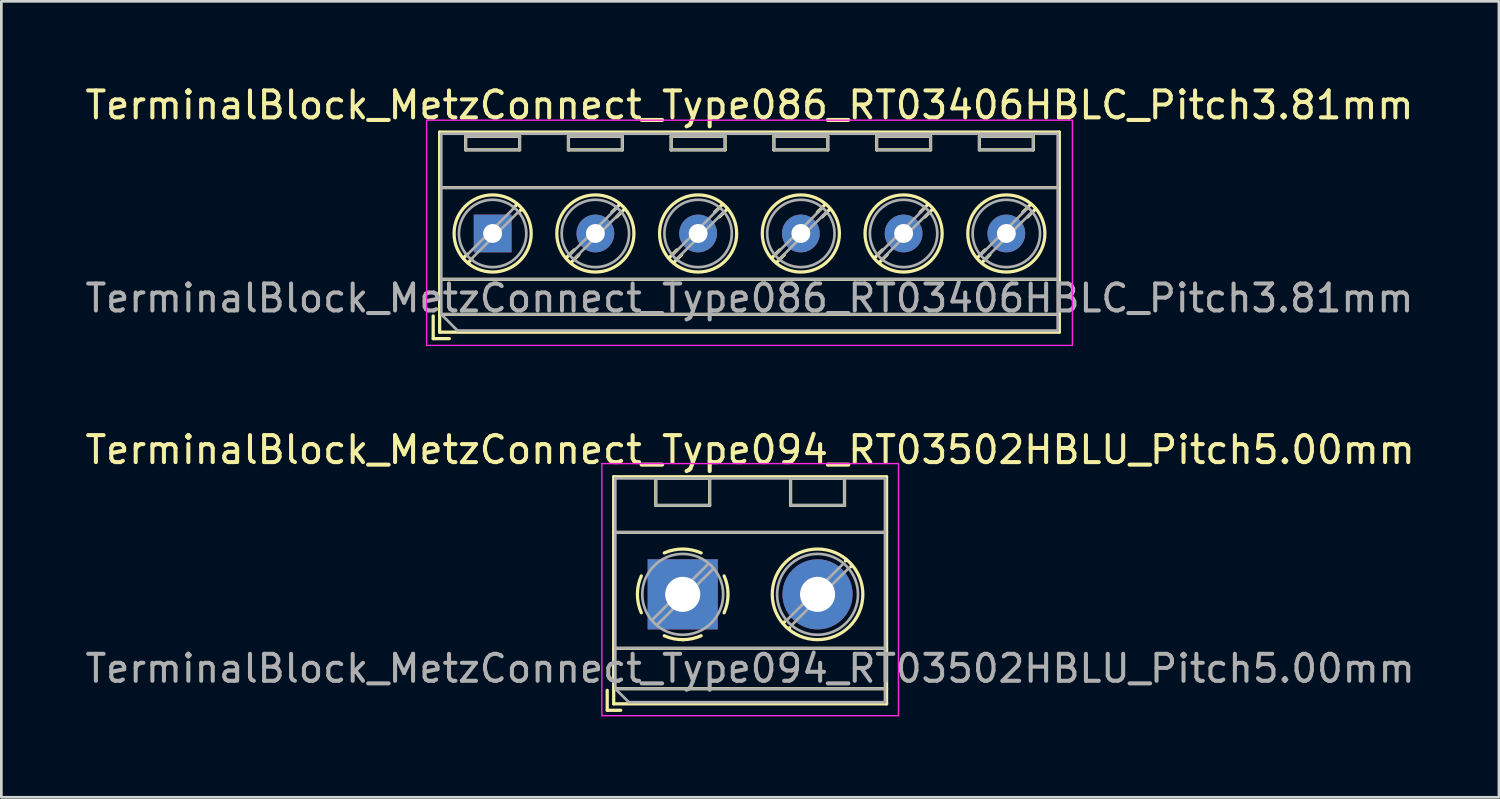
<source format=kicad_pcb>
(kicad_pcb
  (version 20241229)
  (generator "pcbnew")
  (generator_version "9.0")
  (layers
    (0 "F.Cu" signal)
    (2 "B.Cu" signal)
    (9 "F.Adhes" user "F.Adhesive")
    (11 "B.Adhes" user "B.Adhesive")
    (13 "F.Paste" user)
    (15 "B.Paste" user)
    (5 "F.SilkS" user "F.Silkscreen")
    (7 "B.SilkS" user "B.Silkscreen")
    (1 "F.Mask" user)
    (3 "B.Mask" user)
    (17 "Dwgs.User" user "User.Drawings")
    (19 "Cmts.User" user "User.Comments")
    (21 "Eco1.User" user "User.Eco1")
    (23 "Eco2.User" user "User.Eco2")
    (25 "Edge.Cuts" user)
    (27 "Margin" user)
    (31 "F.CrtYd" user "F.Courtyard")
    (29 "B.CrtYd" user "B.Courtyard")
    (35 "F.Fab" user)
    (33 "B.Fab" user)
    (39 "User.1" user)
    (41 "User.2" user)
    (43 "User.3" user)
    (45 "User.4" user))
  (footprint "TerminalBlock_MetzConnect_Type094_RT03502HBLU_Pitch5.00mm"
    (layer "F.Cu")
    (at 22.268 18.991)
    (property "Reference" "TerminalBlock_MetzConnect_Type094_RT03502HBLU_Pitch5.00mm" (at 2.5 -5.36 0) (layer "F.SilkS") (effects (font (size 1 1) (thickness 0.15))))
    (attr through_hole)
    (fp_line (start -2.8 3.56) (end -2.8 4.3) (stroke (width 0.12) (type solid)) (layer "F.SilkS"))
    (fp_line (start -2.8 4.3) (end -2.3 4.3) (stroke (width 0.12) (type solid)) (layer "F.SilkS"))
    (fp_line (start -2.56 -4.36) (end -2.56 4.06) (stroke (width 0.12) (type solid)) (layer "F.SilkS"))
    (fp_line (start -2.56 -2.3) (end 7.56 -2.3) (stroke (width 0.12) (type solid)) (layer "F.SilkS"))
    (fp_line (start -2.56 2) (end 7.56 2) (stroke (width 0.12) (type solid)) (layer "F.SilkS"))
    (fp_line (start -2.56 3.5) (end 7.56 3.5) (stroke (width 0.12) (type solid)) (layer "F.SilkS"))
    (fp_line (start -2.56 4.06) (end 7.56 4.06) (stroke (width 0.12) (type solid)) (layer "F.SilkS"))
    (fp_line (start -1 -4.3) (end -1 -3.3) (stroke (width 0.12) (type solid)) (layer "F.SilkS"))
    (fp_line (start -1 -4.3) (end 1 -4.3) (stroke (width 0.12) (type solid)) (layer "F.SilkS"))
    (fp_line (start -1 -3.3) (end 1 -3.3) (stroke (width 0.12) (type solid)) (layer "F.SilkS"))
    (fp_line (start 1 -4.3) (end 1 -3.3) (stroke (width 0.12) (type solid)) (layer "F.SilkS"))
    (fp_line (start 3.773 1.023) (end 3.726 1.069) (stroke (width 0.12) (type solid)) (layer "F.SilkS"))
    (fp_line (start 3.966 1.239) (end 3.931 1.274) (stroke (width 0.12) (type solid)) (layer "F.SilkS"))
    (fp_line (start 4 -4.3) (end 4 -3.3) (stroke (width 0.12) (type solid)) (layer "F.SilkS"))
    (fp_line (start 4 -4.3) (end 6 -4.3) (stroke (width 0.12) (type solid)) (layer "F.SilkS"))
    (fp_line (start 4 -3.3) (end 6 -3.3) (stroke (width 0.12) (type solid)) (layer "F.SilkS"))
    (fp_line (start 6 -4.3) (end 6 -3.3) (stroke (width 0.12) (type solid)) (layer "F.SilkS"))
    (fp_line (start 6.07 -1.275) (end 6.035 -1.239) (stroke (width 0.12) (type solid)) (layer "F.SilkS"))
    (fp_line (start 6.275 -1.069) (end 6.228 -1.023) (stroke (width 0.12) (type solid)) (layer "F.SilkS"))
    (fp_line (start 7.56 -4.36) (end -2.56 -4.36) (stroke (width 0.12) (type solid)) (layer "F.SilkS"))
    (fp_line (start 7.56 4.06) (end 7.56 -4.36) (stroke (width 0.12) (type solid)) (layer "F.SilkS"))
    (fp_arc (start -1.535427 0.683042) (mid -1.680501 -0.000524) (end -1.535 -0.684) (stroke (width 0.12) (type solid)) (layer "F.SilkS"))
    (fp_arc (start -0.683042 -1.535427) (mid 0.000524 -1.680501) (end 0.684 -1.535) (stroke (width 0.12) (type solid)) (layer "F.SilkS"))
    (fp_arc (start 0.028805 1.680253) (mid -0.335551 1.646659) (end -0.684 1.535) (stroke (width 0.12) (type solid)) (layer "F.SilkS"))
    (fp_arc (start 0.683318 1.534756) (mid 0.349292 1.643288) (end 0 1.68) (stroke (width 0.12) (type solid)) (layer "F.SilkS"))
    (fp_arc (start 1.535427 -0.683042) (mid 1.680501 0.000524) (end 1.535 0.684) (stroke (width 0.12) (type solid)) (layer "F.SilkS"))
    (fp_circle (center 5 0) (end 6.68 0) (stroke (width 0.12) (type solid)) (fill no) (layer "F.SilkS"))
    (fp_line (start -3 -4.85) (end -3 4.5) (stroke (width 0.05) (type solid)) (layer "F.CrtYd"))
    (fp_line (start -3 4.5) (end 8 4.5) (stroke (width 0.05) (type solid)) (layer "F.CrtYd"))
    (fp_line (start 8 -4.85) (end -3 -4.85) (stroke (width 0.05) (type solid)) (layer "F.CrtYd"))
    (fp_line (start 8 4.5) (end 8 -4.85) (stroke (width 0.05) (type solid)) (layer "F.CrtYd"))
    (fp_line (start -2.5 -4.3) (end 7.5 -4.3) (stroke (width 0.1) (type solid)) (layer "F.Fab"))
    (fp_line (start -2.5 -2.3) (end 7.5 -2.3) (stroke (width 0.1) (type solid)) (layer "F.Fab"))
    (fp_line (start -2.5 2) (end 7.5 2) (stroke (width 0.1) (type solid)) (layer "F.Fab"))
    (fp_line (start -2.5 3.5) (end -2.5 -4.3) (stroke (width 0.1) (type solid)) (layer "F.Fab"))
    (fp_line (start -2.5 3.5) (end 7.5 3.5) (stroke (width 0.1) (type solid)) (layer "F.Fab"))
    (fp_line (start -2 4) (end -2.5 3.5) (stroke (width 0.1) (type solid)) (layer "F.Fab"))
    (fp_line (start -1 -4.3) (end -1 -3.3) (stroke (width 0.1) (type solid)) (layer "F.Fab"))
    (fp_line (start -1 -3.3) (end 1 -3.3) (stroke (width 0.1) (type solid)) (layer "F.Fab"))
    (fp_line (start 0.955 -1.138) (end -1.138 0.955) (stroke (width 0.1) (type solid)) (layer "F.Fab"))
    (fp_line (start 1 -4.3) (end -1 -4.3) (stroke (width 0.1) (type solid)) (layer "F.Fab"))
    (fp_line (start 1 -3.3) (end 1 -4.3) (stroke (width 0.1) (type solid)) (layer "F.Fab"))
    (fp_line (start 1.138 -0.955) (end -0.955 1.138) (stroke (width 0.1) (type solid)) (layer "F.Fab"))
    (fp_line (start 4 -4.3) (end 4 -3.3) (stroke (width 0.1) (type solid)) (layer "F.Fab"))
    (fp_line (start 4 -3.3) (end 6 -3.3) (stroke (width 0.1) (type solid)) (layer "F.Fab"))
    (fp_line (start 5.955 -1.138) (end 3.863 0.955) (stroke (width 0.1) (type solid)) (layer "F.Fab"))
    (fp_line (start 6 -4.3) (end 4 -4.3) (stroke (width 0.1) (type solid)) (layer "F.Fab"))
    (fp_line (start 6 -3.3) (end 6 -4.3) (stroke (width 0.1) (type solid)) (layer "F.Fab"))
    (fp_line (start 6.138 -0.955) (end 4.046 1.138) (stroke (width 0.1) (type solid)) (layer "F.Fab"))
    (fp_line (start 7.5 -4.3) (end 7.5 4) (stroke (width 0.1) (type solid)) (layer "F.Fab"))
    (fp_line (start 7.5 4) (end -2 4) (stroke (width 0.1) (type solid)) (layer "F.Fab"))
    (fp_circle (center 0 0) (end 1.5 0) (stroke (width 0.1) (type solid)) (fill no) (layer "F.Fab"))
    (fp_circle (center 5 0) (end 6.5 0) (stroke (width 0.1) (type solid)) (fill no) (layer "F.Fab"))
    (fp_text user "${REFERENCE}" (at 2.5 2.75 0) (layer "F.Fab") (effects (font (size 1 1) (thickness 0.15))))
    (pad "1" thru_hole rect (at 0 0) (size 2.6 2.6) (drill 1.3) (layers "*.Cu" "*.Mask"))
    (pad "2" thru_hole circle (at 5 0) (size 2.6 2.6) (drill 1.3) (layers "*.Cu" "*.Mask")))
  (footprint "TerminalBlock_MetzConnect_Type086_RT03406HBLC_Pitch3.81mm"
    (layer "F.Cu")
    (at 15.219 5.608)
    (property "Reference" "TerminalBlock_MetzConnect_Type086_RT03406HBLC_Pitch3.81mm" (at 9.525 -4.76 0) (layer "F.SilkS") (effects (font (size 1 1) (thickness 0.15))))
    (attr through_hole)
    (fp_line (start -2.205 3.06) (end -2.205 3.9) (stroke (width 0.12) (type solid)) (layer "F.SilkS"))
    (fp_line (start -2.205 3.9) (end -1.605 3.9) (stroke (width 0.12) (type solid)) (layer "F.SilkS"))
    (fp_line (start -1.965 -3.76) (end -1.965 3.66) (stroke (width 0.12) (type solid)) (layer "F.SilkS"))
    (fp_line (start -1.965 -1.7) (end 21.015 -1.7) (stroke (width 0.12) (type solid)) (layer "F.SilkS"))
    (fp_line (start -1.965 1.7) (end 21.015 1.7) (stroke (width 0.12) (type solid)) (layer "F.SilkS"))
    (fp_line (start -1.965 3) (end 21.015 3) (stroke (width 0.12) (type solid)) (layer "F.SilkS"))
    (fp_line (start -1.965 3.66) (end 21.015 3.66) (stroke (width 0.12) (type solid)) (layer "F.SilkS"))
    (fp_line (start -1 -3.6) (end -1 -3.1) (stroke (width 0.12) (type solid)) (layer "F.SilkS"))
    (fp_line (start -1 -3.6) (end 1 -3.6) (stroke (width 0.12) (type solid)) (layer "F.SilkS"))
    (fp_line (start -1 -3.1) (end 1 -3.1) (stroke (width 0.12) (type solid)) (layer "F.SilkS"))
    (fp_line (start -0.946 0.771) (end -1.085 0.91) (stroke (width 0.12) (type solid)) (layer "F.SilkS"))
    (fp_line (start -0.771 0.945) (end -0.911 1.085) (stroke (width 0.12) (type solid)) (layer "F.SilkS"))
    (fp_line (start 0.911 -1.085) (end 0.771 -0.945) (stroke (width 0.12) (type solid)) (layer "F.SilkS"))
    (fp_line (start 1 -3.6) (end 1 -3.1) (stroke (width 0.12) (type solid)) (layer "F.SilkS"))
    (fp_line (start 1.085 -0.91) (end 0.945 -0.771) (stroke (width 0.12) (type solid)) (layer "F.SilkS"))
    (fp_line (start 2.81 -3.6) (end 2.81 -3.1) (stroke (width 0.12) (type solid)) (layer "F.SilkS"))
    (fp_line (start 2.81 -3.6) (end 4.81 -3.6) (stroke (width 0.12) (type solid)) (layer "F.SilkS"))
    (fp_line (start 2.81 -3.1) (end 4.81 -3.1) (stroke (width 0.12) (type solid)) (layer "F.SilkS"))
    (fp_line (start 3.025 0.611) (end 2.726 0.91) (stroke (width 0.12) (type solid)) (layer "F.SilkS"))
    (fp_line (start 3.2 0.786) (end 2.9 1.085) (stroke (width 0.12) (type solid)) (layer "F.SilkS"))
    (fp_line (start 4.721 -1.085) (end 4.421 -0.786) (stroke (width 0.12) (type solid)) (layer "F.SilkS"))
    (fp_line (start 4.81 -3.6) (end 4.81 -3.1) (stroke (width 0.12) (type solid)) (layer "F.SilkS"))
    (fp_line (start 4.895 -0.91) (end 4.596 -0.611) (stroke (width 0.12) (type solid)) (layer "F.SilkS"))
    (fp_line (start 6.62 -3.6) (end 6.62 -3.1) (stroke (width 0.12) (type solid)) (layer "F.SilkS"))
    (fp_line (start 6.62 -3.6) (end 8.62 -3.6) (stroke (width 0.12) (type solid)) (layer "F.SilkS"))
    (fp_line (start 6.62 -3.1) (end 8.62 -3.1) (stroke (width 0.12) (type solid)) (layer "F.SilkS"))
    (fp_line (start 6.835 0.611) (end 6.536 0.91) (stroke (width 0.12) (type solid)) (layer "F.SilkS"))
    (fp_line (start 7.01 0.786) (end 6.71 1.085) (stroke (width 0.12) (type solid)) (layer "F.SilkS"))
    (fp_line (start 8.531 -1.085) (end 8.231 -0.786) (stroke (width 0.12) (type solid)) (layer "F.SilkS"))
    (fp_line (start 8.62 -3.6) (end 8.62 -3.1) (stroke (width 0.12) (type solid)) (layer "F.SilkS"))
    (fp_line (start 8.705 -0.91) (end 8.406 -0.611) (stroke (width 0.12) (type solid)) (layer "F.SilkS"))
    (fp_line (start 10.43 -3.6) (end 10.43 -3.1) (stroke (width 0.12) (type solid)) (layer "F.SilkS"))
    (fp_line (start 10.43 -3.6) (end 12.43 -3.6) (stroke (width 0.12) (type solid)) (layer "F.SilkS"))
    (fp_line (start 10.43 -3.1) (end 12.43 -3.1) (stroke (width 0.12) (type solid)) (layer "F.SilkS"))
    (fp_line (start 10.645 0.611) (end 10.346 0.91) (stroke (width 0.12) (type solid)) (layer "F.SilkS"))
    (fp_line (start 10.82 0.786) (end 10.52 1.085) (stroke (width 0.12) (type solid)) (layer "F.SilkS"))
    (fp_line (start 12.341 -1.085) (end 12.041 -0.786) (stroke (width 0.12) (type solid)) (layer "F.SilkS"))
    (fp_line (start 12.43 -3.6) (end 12.43 -3.1) (stroke (width 0.12) (type solid)) (layer "F.SilkS"))
    (fp_line (start 12.515 -0.91) (end 12.216 -0.611) (stroke (width 0.12) (type solid)) (layer "F.SilkS"))
    (fp_line (start 14.24 -3.6) (end 14.24 -3.1) (stroke (width 0.12) (type solid)) (layer "F.SilkS"))
    (fp_line (start 14.24 -3.6) (end 16.241 -3.6) (stroke (width 0.12) (type solid)) (layer "F.SilkS"))
    (fp_line (start 14.24 -3.1) (end 16.241 -3.1) (stroke (width 0.12) (type solid)) (layer "F.SilkS"))
    (fp_line (start 14.455 0.611) (end 14.156 0.91) (stroke (width 0.12) (type solid)) (layer "F.SilkS"))
    (fp_line (start 14.63 0.786) (end 14.33 1.085) (stroke (width 0.12) (type solid)) (layer "F.SilkS"))
    (fp_line (start 16.151 -1.085) (end 15.851 -0.786) (stroke (width 0.12) (type solid)) (layer "F.SilkS"))
    (fp_line (start 16.241 -3.6) (end 16.241 -3.1) (stroke (width 0.12) (type solid)) (layer "F.SilkS"))
    (fp_line (start 16.325 -0.91) (end 16.026 -0.611) (stroke (width 0.12) (type solid)) (layer "F.SilkS"))
    (fp_line (start 18.05 -3.6) (end 18.05 -3.1) (stroke (width 0.12) (type solid)) (layer "F.SilkS"))
    (fp_line (start 18.05 -3.6) (end 20.05 -3.6) (stroke (width 0.12) (type solid)) (layer "F.SilkS"))
    (fp_line (start 18.05 -3.1) (end 20.05 -3.1) (stroke (width 0.12) (type solid)) (layer "F.SilkS"))
    (fp_line (start 18.265 0.611) (end 17.966 0.91) (stroke (width 0.12) (type solid)) (layer "F.SilkS"))
    (fp_line (start 18.44 0.786) (end 18.14 1.085) (stroke (width 0.12) (type solid)) (layer "F.SilkS"))
    (fp_line (start 19.961 -1.085) (end 19.661 -0.786) (stroke (width 0.12) (type solid)) (layer "F.SilkS"))
    (fp_line (start 20.05 -3.6) (end 20.05 -3.1) (stroke (width 0.12) (type solid)) (layer "F.SilkS"))
    (fp_line (start 20.135 -0.91) (end 19.836 -0.611) (stroke (width 0.12) (type solid)) (layer "F.SilkS"))
    (fp_line (start 21.015 -3.76) (end -1.965 -3.76) (stroke (width 0.12) (type solid)) (layer "F.SilkS"))
    (fp_line (start 21.015 3.66) (end 21.015 -3.76) (stroke (width 0.12) (type solid)) (layer "F.SilkS"))
    (fp_circle (center 0 0) (end 1.43 0) (stroke (width 0.12) (type solid)) (fill no) (layer "F.SilkS"))
    (fp_circle (center 3.81 0) (end 5.24 0) (stroke (width 0.12) (type solid)) (fill no) (layer "F.SilkS"))
    (fp_circle (center 7.62 0) (end 9.05 0) (stroke (width 0.12) (type solid)) (fill no) (layer "F.SilkS"))
    (fp_circle (center 11.43 0) (end 12.86 0) (stroke (width 0.12) (type solid)) (fill no) (layer "F.SilkS"))
    (fp_circle (center 15.24 0) (end 16.67 0) (stroke (width 0.12) (type solid)) (fill no) (layer "F.SilkS"))
    (fp_circle (center 19.05 0) (end 20.48 0) (stroke (width 0.12) (type solid)) (fill no) (layer "F.SilkS"))
    (fp_line (start -2.45 -4.2) (end -2.45 4.15) (stroke (width 0.05) (type solid)) (layer "F.CrtYd"))
    (fp_line (start -2.45 4.15) (end 21.5 4.15) (stroke (width 0.05) (type solid)) (layer "F.CrtYd"))
    (fp_line (start 21.5 -4.2) (end -2.45 -4.2) (stroke (width 0.05) (type solid)) (layer "F.CrtYd"))
    (fp_line (start 21.5 4.15) (end 21.5 -4.2) (stroke (width 0.05) (type solid)) (layer "F.CrtYd"))
    (fp_line (start -1.905 -3.7) (end 20.955 -3.7) (stroke (width 0.1) (type solid)) (layer "F.Fab"))
    (fp_line (start -1.905 -1.7) (end 20.955 -1.7) (stroke (width 0.1) (type solid)) (layer "F.Fab"))
    (fp_line (start -1.905 1.7) (end 20.955 1.7) (stroke (width 0.1) (type solid)) (layer "F.Fab"))
    (fp_line (start -1.905 3) (end -1.905 -3.7) (stroke (width 0.1) (type solid)) (layer "F.Fab"))
    (fp_line (start -1.905 3) (end 20.955 3) (stroke (width 0.1) (type solid)) (layer "F.Fab"))
    (fp_line (start -1.305 3.6) (end -1.905 3) (stroke (width 0.1) (type solid)) (layer "F.Fab"))
    (fp_line (start -1 -3.6) (end -1 -3.1) (stroke (width 0.1) (type solid)) (layer "F.Fab"))
    (fp_line (start -1 -3.1) (end 1 -3.1) (stroke (width 0.1) (type solid)) (layer "F.Fab"))
    (fp_line (start 0.796 -0.948) (end -0.949 0.796) (stroke (width 0.1) (type solid)) (layer "F.Fab"))
    (fp_line (start 0.949 -0.796) (end -0.796 0.948) (stroke (width 0.1) (type solid)) (layer "F.Fab"))
    (fp_line (start 1 -3.6) (end -1 -3.6) (stroke (width 0.1) (type solid)) (layer "F.Fab"))
    (fp_line (start 1 -3.1) (end 1 -3.6) (stroke (width 0.1) (type solid)) (layer "F.Fab"))
    (fp_line (start 2.81 -3.6) (end 2.81 -3.1) (stroke (width 0.1) (type solid)) (layer "F.Fab"))
    (fp_line (start 2.81 -3.1) (end 4.81 -3.1) (stroke (width 0.1) (type solid)) (layer "F.Fab"))
    (fp_line (start 4.606 -0.948) (end 2.862 0.796) (stroke (width 0.1) (type solid)) (layer "F.Fab"))
    (fp_line (start 4.759 -0.796) (end 3.015 0.948) (stroke (width 0.1) (type solid)) (layer "F.Fab"))
    (fp_line (start 4.81 -3.6) (end 2.81 -3.6) (stroke (width 0.1) (type solid)) (layer "F.Fab"))
    (fp_line (start 4.81 -3.1) (end 4.81 -3.6) (stroke (width 0.1) (type solid)) (layer "F.Fab"))
    (fp_line (start 6.62 -3.6) (end 6.62 -3.1) (stroke (width 0.1) (type solid)) (layer "F.Fab"))
    (fp_line (start 6.62 -3.1) (end 8.62 -3.1) (stroke (width 0.1) (type solid)) (layer "F.Fab"))
    (fp_line (start 8.416 -0.948) (end 6.672 0.796) (stroke (width 0.1) (type solid)) (layer "F.Fab"))
    (fp_line (start 8.569 -0.796) (end 6.825 0.948) (stroke (width 0.1) (type solid)) (layer "F.Fab"))
    (fp_line (start 8.62 -3.6) (end 6.62 -3.6) (stroke (width 0.1) (type solid)) (layer "F.Fab"))
    (fp_line (start 8.62 -3.1) (end 8.62 -3.6) (stroke (width 0.1) (type solid)) (layer "F.Fab"))
    (fp_line (start 10.43 -3.6) (end 10.43 -3.1) (stroke (width 0.1) (type solid)) (layer "F.Fab"))
    (fp_line (start 10.43 -3.1) (end 12.43 -3.1) (stroke (width 0.1) (type solid)) (layer "F.Fab"))
    (fp_line (start 12.226 -0.948) (end 10.482 0.796) (stroke (width 0.1) (type solid)) (layer "F.Fab"))
    (fp_line (start 12.379 -0.796) (end 10.635 0.948) (stroke (width 0.1) (type solid)) (layer "F.Fab"))
    (fp_line (start 12.43 -3.6) (end 10.43 -3.6) (stroke (width 0.1) (type solid)) (layer "F.Fab"))
    (fp_line (start 12.43 -3.1) (end 12.43 -3.6) (stroke (width 0.1) (type solid)) (layer "F.Fab"))
    (fp_line (start 14.24 -3.6) (end 14.24 -3.1) (stroke (width 0.1) (type solid)) (layer "F.Fab"))
    (fp_line (start 14.24 -3.1) (end 16.24 -3.1) (stroke (width 0.1) (type solid)) (layer "F.Fab"))
    (fp_line (start 16.036 -0.948) (end 14.292 0.796) (stroke (width 0.1) (type solid)) (layer "F.Fab"))
    (fp_line (start 16.189 -0.796) (end 14.445 0.948) (stroke (width 0.1) (type solid)) (layer "F.Fab"))
    (fp_line (start 16.24 -3.6) (end 14.24 -3.6) (stroke (width 0.1) (type solid)) (layer "F.Fab"))
    (fp_line (start 16.24 -3.1) (end 16.24 -3.6) (stroke (width 0.1) (type solid)) (layer "F.Fab"))
    (fp_line (start 18.05 -3.6) (end 18.05 -3.1) (stroke (width 0.1) (type solid)) (layer "F.Fab"))
    (fp_line (start 18.05 -3.1) (end 20.05 -3.1) (stroke (width 0.1) (type solid)) (layer "F.Fab"))
    (fp_line (start 19.846 -0.948) (end 18.102 0.796) (stroke (width 0.1) (type solid)) (layer "F.Fab"))
    (fp_line (start 19.999 -0.796) (end 18.255 0.948) (stroke (width 0.1) (type solid)) (layer "F.Fab"))
    (fp_line (start 20.05 -3.6) (end 18.05 -3.6) (stroke (width 0.1) (type solid)) (layer "F.Fab"))
    (fp_line (start 20.05 -3.1) (end 20.05 -3.6) (stroke (width 0.1) (type solid)) (layer "F.Fab"))
    (fp_line (start 20.955 -3.7) (end 20.955 3.6) (stroke (width 0.1) (type solid)) (layer "F.Fab"))
    (fp_line (start 20.955 3.6) (end -1.305 3.6) (stroke (width 0.1) (type solid)) (layer "F.Fab"))
    (fp_circle (center 0 0) (end 1.25 0) (stroke (width 0.1) (type solid)) (fill no) (layer "F.Fab"))
    (fp_circle (center 3.81 0) (end 5.06 0) (stroke (width 0.1) (type solid)) (fill no) (layer "F.Fab"))
    (fp_circle (center 7.62 0) (end 8.87 0) (stroke (width 0.1) (type solid)) (fill no) (layer "F.Fab"))
    (fp_circle (center 11.43 0) (end 12.68 0) (stroke (width 0.1) (type solid)) (fill no) (layer "F.Fab"))
    (fp_circle (center 15.24 0) (end 16.49 0) (stroke (width 0.1) (type solid)) (fill no) (layer "F.Fab"))
    (fp_circle (center 19.05 0) (end 20.3 0) (stroke (width 0.1) (type solid)) (fill no) (layer "F.Fab"))
    (fp_text user "${REFERENCE}" (at 9.525 2.4 0) (layer "F.Fab") (effects (font (size 1 1) (thickness 0.15))))
    (pad "1" thru_hole rect (at 0 0) (size 1.4 1.4) (drill 0.7) (layers "*.Cu" "*.Mask"))
    (pad "2" thru_hole circle (at 3.81 0) (size 1.4 1.4) (drill 0.7) (layers "*.Cu" "*.Mask"))
    (pad "3" thru_hole circle (at 7.62 0) (size 1.4 1.4) (drill 0.7) (layers "*.Cu" "*.Mask"))
    (pad "4" thru_hole circle (at 11.43 0) (size 1.4 1.4) (drill 0.7) (layers "*.Cu" "*.Mask"))
    (pad "5" thru_hole circle (at 15.24 0) (size 1.4 1.4) (drill 0.7) (layers "*.Cu" "*.Mask"))
    (pad "6" thru_hole circle (at 19.05 0) (size 1.4 1.4) (drill 0.7) (layers "*.Cu" "*.Mask")))
  (gr_rect
    (start -3 -3)
    (end 52.536 26.517)
    (stroke (width 0.1) (type default))
    (fill no)
    (layer "Edge.Cuts")))
</source>
